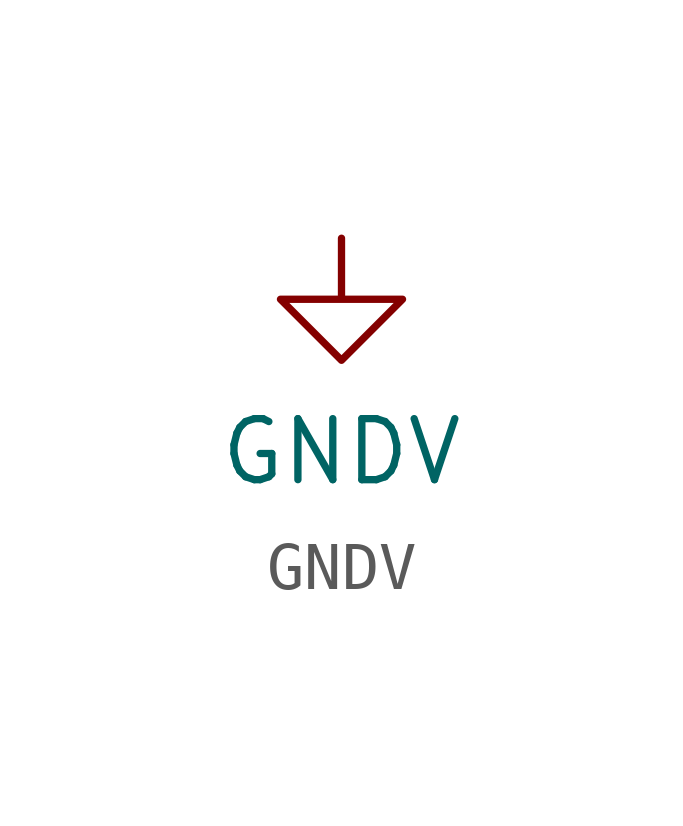
<source format=kicad_sym>
(kicad_symbol_lib
  (version 20220914)
  (generator kicad_symbol_editor)
  (symbol "GNDV"
    (power)
    (pin_names
      (offset 0))
    (property "Reference" "#PWR033"
      (at 0 -6.35 0)
      (effects (font (size 1.27 1.27)) hide))
    (property "Value" "GNDV"
      (at 0 -4.445 0)
      (effects (font (size 1.27 1.27))))
    (symbol "GNDV_0_1"
      (polyline (pts (xy 0 0) (xy 0 -1.27) (xy 1.27 -1.27) (xy 0 -2.54) (xy -1.27 -1.27) (xy 0 -1.27)) (stroke (width 0) (type default)) (fill (type none))))
    (symbol "GNDV_1_1"
      (pin power_in line (at 0 0 270) (length 0) hide (name "GNDV" (effects (font (size 1.27 1.27)))) (number "1" (effects (font (size 1.27 1.27))))))))
</source>
